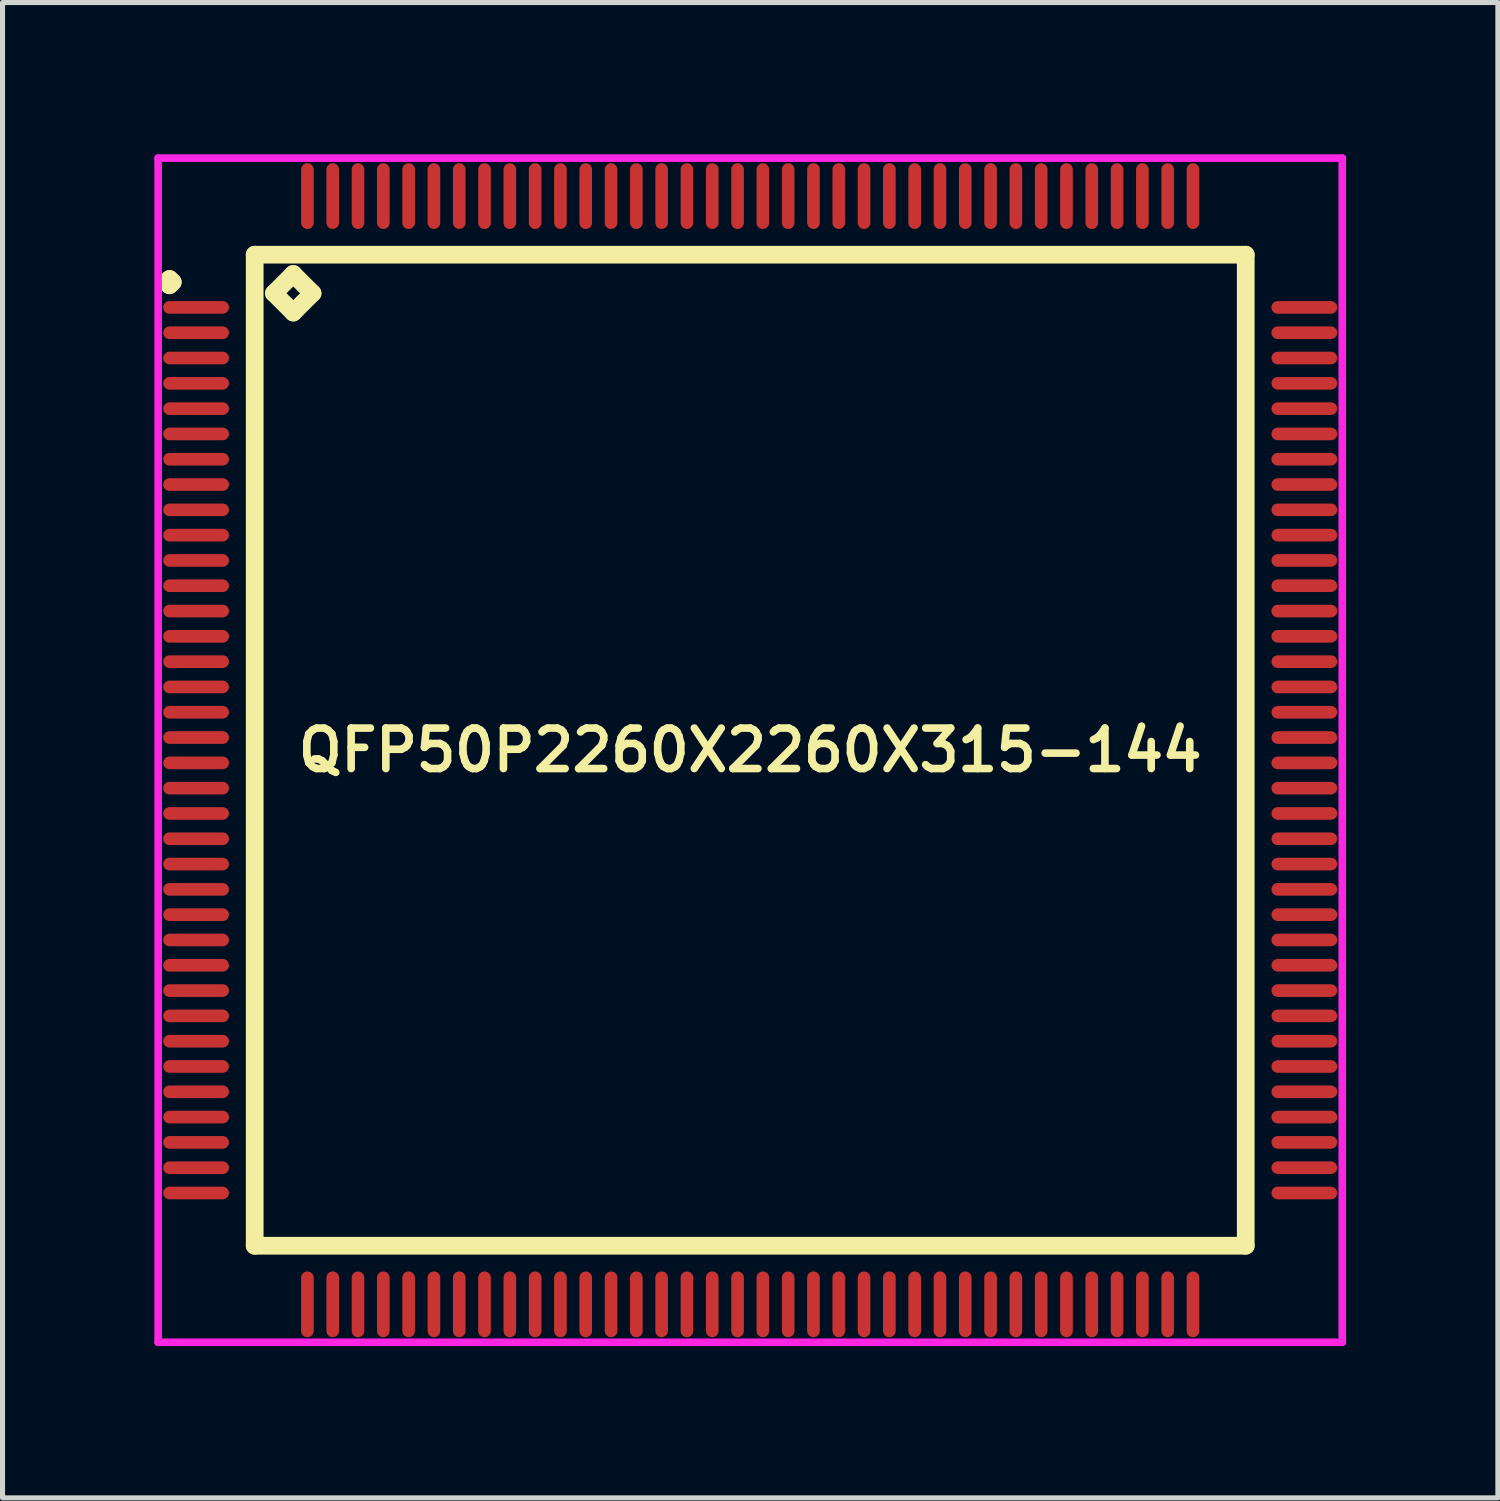
<source format=kicad_pcb>
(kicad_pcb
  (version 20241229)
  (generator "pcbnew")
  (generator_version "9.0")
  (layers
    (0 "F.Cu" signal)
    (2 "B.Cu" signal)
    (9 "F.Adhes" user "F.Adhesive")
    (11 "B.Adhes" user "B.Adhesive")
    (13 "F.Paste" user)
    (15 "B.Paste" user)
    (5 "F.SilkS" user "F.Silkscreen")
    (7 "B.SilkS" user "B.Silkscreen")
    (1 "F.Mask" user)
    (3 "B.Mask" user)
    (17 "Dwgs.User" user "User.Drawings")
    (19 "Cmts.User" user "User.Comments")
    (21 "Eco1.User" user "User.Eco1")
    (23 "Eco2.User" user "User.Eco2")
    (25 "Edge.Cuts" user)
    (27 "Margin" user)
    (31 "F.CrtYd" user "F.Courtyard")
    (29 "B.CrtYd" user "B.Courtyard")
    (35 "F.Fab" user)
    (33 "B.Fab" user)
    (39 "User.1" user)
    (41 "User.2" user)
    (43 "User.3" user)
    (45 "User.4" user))
  (footprint "QFP50P2260X2260X315-144"
    (layer "F.Cu")
    (at 11.775 11.775)
    (property "Reference" "QFP50P2260X2260X315-144" (at 0 0 0) (layer "F.SilkS") (effects (font (size 0.8 0.8) (thickness 0.15))))
    (attr smd)
    (fp_line (start -11.537 -9.25) (end -11.475 -9.312) (stroke (width 0.35) (type solid)) (layer "F.SilkS"))
    (fp_line (start -11.475 -9.312) (end -11.412 -9.25) (stroke (width 0.35) (type solid)) (layer "F.SilkS"))
    (fp_line (start -11.475 -9.188) (end -11.537 -9.25) (stroke (width 0.35) (type solid)) (layer "F.SilkS"))
    (fp_line (start -11.412 -9.25) (end -11.475 -9.188) (stroke (width 0.35) (type solid)) (layer "F.SilkS"))
    (fp_line (start -9.792 -9.792) (end -9.792 9.792) (stroke (width 0.35) (type solid)) (layer "F.SilkS"))
    (fp_line (start -9.792 9.792) (end 9.792 9.792) (stroke (width 0.35) (type solid)) (layer "F.SilkS"))
    (fp_line (start -9.411 -9.03) (end -9.03 -9.411) (stroke (width 0.35) (type solid)) (layer "F.SilkS"))
    (fp_line (start -9.03 -9.411) (end -8.649 -9.03) (stroke (width 0.35) (type solid)) (layer "F.SilkS"))
    (fp_line (start -9.03 -8.649) (end -9.411 -9.03) (stroke (width 0.35) (type solid)) (layer "F.SilkS"))
    (fp_line (start -8.649 -9.03) (end -9.03 -8.649) (stroke (width 0.35) (type solid)) (layer "F.SilkS"))
    (fp_line (start 9.792 -9.792) (end -9.792 -9.792) (stroke (width 0.35) (type solid)) (layer "F.SilkS"))
    (fp_line (start 9.792 9.792) (end 9.792 -9.792) (stroke (width 0.35) (type solid)) (layer "F.SilkS"))
    (fp_line (start -11.7 -11.7) (end 11.7 -11.7) (stroke (width 0.15) (type solid)) (layer "F.CrtYd"))
    (fp_line (start -11.7 11.7) (end -11.7 -11.7) (stroke (width 0.15) (type solid)) (layer "F.CrtYd"))
    (fp_line (start 11.7 -11.7) (end 11.7 11.7) (stroke (width 0.15) (type solid)) (layer "F.CrtYd"))
    (fp_line (start 11.7 11.7) (end -11.7 11.7) (stroke (width 0.15) (type solid)) (layer "F.CrtYd"))
    (pad "1" smd oval (at -10.95 -8.75) (size 1.3 0.25) (layers "F.Cu" "F.Mask" "F.Paste"))
    (pad "2" smd oval (at -10.95 -8.25) (size 1.3 0.25) (layers "F.Cu" "F.Mask" "F.Paste"))
    (pad "3" smd oval (at -10.95 -7.75) (size 1.3 0.25) (layers "F.Cu" "F.Mask" "F.Paste"))
    (pad "4" smd oval (at -10.95 -7.25) (size 1.3 0.25) (layers "F.Cu" "F.Mask" "F.Paste"))
    (pad "5" smd oval (at -10.95 -6.75) (size 1.3 0.25) (layers "F.Cu" "F.Mask" "F.Paste"))
    (pad "6" smd oval (at -10.95 -6.25) (size 1.3 0.25) (layers "F.Cu" "F.Mask" "F.Paste"))
    (pad "7" smd oval (at -10.95 -5.75) (size 1.3 0.25) (layers "F.Cu" "F.Mask" "F.Paste"))
    (pad "8" smd oval (at -10.95 -5.25) (size 1.3 0.25) (layers "F.Cu" "F.Mask" "F.Paste"))
    (pad "9" smd oval (at -10.95 -4.75) (size 1.3 0.25) (layers "F.Cu" "F.Mask" "F.Paste"))
    (pad "10" smd oval (at -10.95 -4.25) (size 1.3 0.25) (layers "F.Cu" "F.Mask" "F.Paste"))
    (pad "11" smd oval (at -10.95 -3.75) (size 1.3 0.25) (layers "F.Cu" "F.Mask" "F.Paste"))
    (pad "12" smd oval (at -10.95 -3.25) (size 1.3 0.25) (layers "F.Cu" "F.Mask" "F.Paste"))
    (pad "13" smd oval (at -10.95 -2.75) (size 1.3 0.25) (layers "F.Cu" "F.Mask" "F.Paste"))
    (pad "14" smd oval (at -10.95 -2.25) (size 1.3 0.25) (layers "F.Cu" "F.Mask" "F.Paste"))
    (pad "15" smd oval (at -10.95 -1.75) (size 1.3 0.25) (layers "F.Cu" "F.Mask" "F.Paste"))
    (pad "16" smd oval (at -10.95 -1.25) (size 1.3 0.25) (layers "F.Cu" "F.Mask" "F.Paste"))
    (pad "17" smd oval (at -10.95 -0.75) (size 1.3 0.25) (layers "F.Cu" "F.Mask" "F.Paste"))
    (pad "18" smd oval (at -10.95 -0.25) (size 1.3 0.25) (layers "F.Cu" "F.Mask" "F.Paste"))
    (pad "19" smd oval (at -10.95 0.25) (size 1.3 0.25) (layers "F.Cu" "F.Mask" "F.Paste"))
    (pad "20" smd oval (at -10.95 0.75) (size 1.3 0.25) (layers "F.Cu" "F.Mask" "F.Paste"))
    (pad "21" smd oval (at -10.95 1.25) (size 1.3 0.25) (layers "F.Cu" "F.Mask" "F.Paste"))
    (pad "22" smd oval (at -10.95 1.75) (size 1.3 0.25) (layers "F.Cu" "F.Mask" "F.Paste"))
    (pad "23" smd oval (at -10.95 2.25) (size 1.3 0.25) (layers "F.Cu" "F.Mask" "F.Paste"))
    (pad "24" smd oval (at -10.95 2.75) (size 1.3 0.25) (layers "F.Cu" "F.Mask" "F.Paste"))
    (pad "25" smd oval (at -10.95 3.25) (size 1.3 0.25) (layers "F.Cu" "F.Mask" "F.Paste"))
    (pad "26" smd oval (at -10.95 3.75) (size 1.3 0.25) (layers "F.Cu" "F.Mask" "F.Paste"))
    (pad "27" smd oval (at -10.95 4.25) (size 1.3 0.25) (layers "F.Cu" "F.Mask" "F.Paste"))
    (pad "28" smd oval (at -10.95 4.75) (size 1.3 0.25) (layers "F.Cu" "F.Mask" "F.Paste"))
    (pad "29" smd oval (at -10.95 5.25) (size 1.3 0.25) (layers "F.Cu" "F.Mask" "F.Paste"))
    (pad "30" smd oval (at -10.95 5.75) (size 1.3 0.25) (layers "F.Cu" "F.Mask" "F.Paste"))
    (pad "31" smd oval (at -10.95 6.25) (size 1.3 0.25) (layers "F.Cu" "F.Mask" "F.Paste"))
    (pad "32" smd oval (at -10.95 6.75) (size 1.3 0.25) (layers "F.Cu" "F.Mask" "F.Paste"))
    (pad "33" smd oval (at -10.95 7.25) (size 1.3 0.25) (layers "F.Cu" "F.Mask" "F.Paste"))
    (pad "34" smd oval (at -10.95 7.75) (size 1.3 0.25) (layers "F.Cu" "F.Mask" "F.Paste"))
    (pad "35" smd oval (at -10.95 8.25) (size 1.3 0.25) (layers "F.Cu" "F.Mask" "F.Paste"))
    (pad "36" smd oval (at -10.95 8.75) (size 1.3 0.25) (layers "F.Cu" "F.Mask" "F.Paste"))
    (pad "37" smd oval (at -8.75 10.95) (size 0.25 1.3) (layers "F.Cu" "F.Mask" "F.Paste"))
    (pad "38" smd oval (at -8.25 10.95) (size 0.25 1.3) (layers "F.Cu" "F.Mask" "F.Paste"))
    (pad "39" smd oval (at -7.75 10.95) (size 0.25 1.3) (layers "F.Cu" "F.Mask" "F.Paste"))
    (pad "40" smd oval (at -7.25 10.95) (size 0.25 1.3) (layers "F.Cu" "F.Mask" "F.Paste"))
    (pad "41" smd oval (at -6.75 10.95) (size 0.25 1.3) (layers "F.Cu" "F.Mask" "F.Paste"))
    (pad "42" smd oval (at -6.25 10.95) (size 0.25 1.3) (layers "F.Cu" "F.Mask" "F.Paste"))
    (pad "43" smd oval (at -5.75 10.95) (size 0.25 1.3) (layers "F.Cu" "F.Mask" "F.Paste"))
    (pad "44" smd oval (at -5.25 10.95) (size 0.25 1.3) (layers "F.Cu" "F.Mask" "F.Paste"))
    (pad "45" smd oval (at -4.75 10.95) (size 0.25 1.3) (layers "F.Cu" "F.Mask" "F.Paste"))
    (pad "46" smd oval (at -4.25 10.95) (size 0.25 1.3) (layers "F.Cu" "F.Mask" "F.Paste"))
    (pad "47" smd oval (at -3.75 10.95) (size 0.25 1.3) (layers "F.Cu" "F.Mask" "F.Paste"))
    (pad "48" smd oval (at -3.25 10.95) (size 0.25 1.3) (layers "F.Cu" "F.Mask" "F.Paste"))
    (pad "49" smd oval (at -2.75 10.95) (size 0.25 1.3) (layers "F.Cu" "F.Mask" "F.Paste"))
    (pad "50" smd oval (at -2.25 10.95) (size 0.25 1.3) (layers "F.Cu" "F.Mask" "F.Paste"))
    (pad "51" smd oval (at -1.75 10.95) (size 0.25 1.3) (layers "F.Cu" "F.Mask" "F.Paste"))
    (pad "52" smd oval (at -1.25 10.95) (size 0.25 1.3) (layers "F.Cu" "F.Mask" "F.Paste"))
    (pad "53" smd oval (at -0.75 10.95) (size 0.25 1.3) (layers "F.Cu" "F.Mask" "F.Paste"))
    (pad "54" smd oval (at -0.25 10.95) (size 0.25 1.3) (layers "F.Cu" "F.Mask" "F.Paste"))
    (pad "55" smd oval (at 0.25 10.95) (size 0.25 1.3) (layers "F.Cu" "F.Mask" "F.Paste"))
    (pad "56" smd oval (at 0.75 10.95) (size 0.25 1.3) (layers "F.Cu" "F.Mask" "F.Paste"))
    (pad "57" smd oval (at 1.25 10.95) (size 0.25 1.3) (layers "F.Cu" "F.Mask" "F.Paste"))
    (pad "58" smd oval (at 1.75 10.95) (size 0.25 1.3) (layers "F.Cu" "F.Mask" "F.Paste"))
    (pad "59" smd oval (at 2.25 10.95) (size 0.25 1.3) (layers "F.Cu" "F.Mask" "F.Paste"))
    (pad "60" smd oval (at 2.75 10.95) (size 0.25 1.3) (layers "F.Cu" "F.Mask" "F.Paste"))
    (pad "61" smd oval (at 3.25 10.95) (size 0.25 1.3) (layers "F.Cu" "F.Mask" "F.Paste"))
    (pad "62" smd oval (at 3.75 10.95) (size 0.25 1.3) (layers "F.Cu" "F.Mask" "F.Paste"))
    (pad "63" smd oval (at 4.25 10.95) (size 0.25 1.3) (layers "F.Cu" "F.Mask" "F.Paste"))
    (pad "64" smd oval (at 4.75 10.95) (size 0.25 1.3) (layers "F.Cu" "F.Mask" "F.Paste"))
    (pad "65" smd oval (at 5.25 10.95) (size 0.25 1.3) (layers "F.Cu" "F.Mask" "F.Paste"))
    (pad "66" smd oval (at 5.75 10.95) (size 0.25 1.3) (layers "F.Cu" "F.Mask" "F.Paste"))
    (pad "67" smd oval (at 6.25 10.95) (size 0.25 1.3) (layers "F.Cu" "F.Mask" "F.Paste"))
    (pad "68" smd oval (at 6.75 10.95) (size 0.25 1.3) (layers "F.Cu" "F.Mask" "F.Paste"))
    (pad "69" smd oval (at 7.25 10.95) (size 0.25 1.3) (layers "F.Cu" "F.Mask" "F.Paste"))
    (pad "70" smd oval (at 7.75 10.95) (size 0.25 1.3) (layers "F.Cu" "F.Mask" "F.Paste"))
    (pad "71" smd oval (at 8.25 10.95) (size 0.25 1.3) (layers "F.Cu" "F.Mask" "F.Paste"))
    (pad "72" smd oval (at 8.75 10.95) (size 0.25 1.3) (layers "F.Cu" "F.Mask" "F.Paste"))
    (pad "73" smd oval (at 10.95 8.75) (size 1.3 0.25) (layers "F.Cu" "F.Mask" "F.Paste"))
    (pad "74" smd oval (at 10.95 8.25) (size 1.3 0.25) (layers "F.Cu" "F.Mask" "F.Paste"))
    (pad "75" smd oval (at 10.95 7.75) (size 1.3 0.25) (layers "F.Cu" "F.Mask" "F.Paste"))
    (pad "76" smd oval (at 10.95 7.25) (size 1.3 0.25) (layers "F.Cu" "F.Mask" "F.Paste"))
    (pad "77" smd oval (at 10.95 6.75) (size 1.3 0.25) (layers "F.Cu" "F.Mask" "F.Paste"))
    (pad "78" smd oval (at 10.95 6.25) (size 1.3 0.25) (layers "F.Cu" "F.Mask" "F.Paste"))
    (pad "79" smd oval (at 10.95 5.75) (size 1.3 0.25) (layers "F.Cu" "F.Mask" "F.Paste"))
    (pad "80" smd oval (at 10.95 5.25) (size 1.3 0.25) (layers "F.Cu" "F.Mask" "F.Paste"))
    (pad "81" smd oval (at 10.95 4.75) (size 1.3 0.25) (layers "F.Cu" "F.Mask" "F.Paste"))
    (pad "82" smd oval (at 10.95 4.25) (size 1.3 0.25) (layers "F.Cu" "F.Mask" "F.Paste"))
    (pad "83" smd oval (at 10.95 3.75) (size 1.3 0.25) (layers "F.Cu" "F.Mask" "F.Paste"))
    (pad "84" smd oval (at 10.95 3.25) (size 1.3 0.25) (layers "F.Cu" "F.Mask" "F.Paste"))
    (pad "85" smd oval (at 10.95 2.75) (size 1.3 0.25) (layers "F.Cu" "F.Mask" "F.Paste"))
    (pad "86" smd oval (at 10.95 2.25) (size 1.3 0.25) (layers "F.Cu" "F.Mask" "F.Paste"))
    (pad "87" smd oval (at 10.95 1.75) (size 1.3 0.25) (layers "F.Cu" "F.Mask" "F.Paste"))
    (pad "88" smd oval (at 10.95 1.25) (size 1.3 0.25) (layers "F.Cu" "F.Mask" "F.Paste"))
    (pad "89" smd oval (at 10.95 0.75) (size 1.3 0.25) (layers "F.Cu" "F.Mask" "F.Paste"))
    (pad "90" smd oval (at 10.95 0.25) (size 1.3 0.25) (layers "F.Cu" "F.Mask" "F.Paste"))
    (pad "91" smd oval (at 10.95 -0.25) (size 1.3 0.25) (layers "F.Cu" "F.Mask" "F.Paste"))
    (pad "92" smd oval (at 10.95 -0.75) (size 1.3 0.25) (layers "F.Cu" "F.Mask" "F.Paste"))
    (pad "93" smd oval (at 10.95 -1.25) (size 1.3 0.25) (layers "F.Cu" "F.Mask" "F.Paste"))
    (pad "94" smd oval (at 10.95 -1.75) (size 1.3 0.25) (layers "F.Cu" "F.Mask" "F.Paste"))
    (pad "95" smd oval (at 10.95 -2.25) (size 1.3 0.25) (layers "F.Cu" "F.Mask" "F.Paste"))
    (pad "96" smd oval (at 10.95 -2.75) (size 1.3 0.25) (layers "F.Cu" "F.Mask" "F.Paste"))
    (pad "97" smd oval (at 10.95 -3.25) (size 1.3 0.25) (layers "F.Cu" "F.Mask" "F.Paste"))
    (pad "98" smd oval (at 10.95 -3.75) (size 1.3 0.25) (layers "F.Cu" "F.Mask" "F.Paste"))
    (pad "99" smd oval (at 10.95 -4.25) (size 1.3 0.25) (layers "F.Cu" "F.Mask" "F.Paste"))
    (pad "100" smd oval (at 10.95 -4.75) (size 1.3 0.25) (layers "F.Cu" "F.Mask" "F.Paste"))
    (pad "101" smd oval (at 10.95 -5.25) (size 1.3 0.25) (layers "F.Cu" "F.Mask" "F.Paste"))
    (pad "102" smd oval (at 10.95 -5.75) (size 1.3 0.25) (layers "F.Cu" "F.Mask" "F.Paste"))
    (pad "103" smd oval (at 10.95 -6.25) (size 1.3 0.25) (layers "F.Cu" "F.Mask" "F.Paste"))
    (pad "104" smd oval (at 10.95 -6.75) (size 1.3 0.25) (layers "F.Cu" "F.Mask" "F.Paste"))
    (pad "105" smd oval (at 10.95 -7.25) (size 1.3 0.25) (layers "F.Cu" "F.Mask" "F.Paste"))
    (pad "106" smd oval (at 10.95 -7.75) (size 1.3 0.25) (layers "F.Cu" "F.Mask" "F.Paste"))
    (pad "107" smd oval (at 10.95 -8.25) (size 1.3 0.25) (layers "F.Cu" "F.Mask" "F.Paste"))
    (pad "108" smd oval (at 10.95 -8.75) (size 1.3 0.25) (layers "F.Cu" "F.Mask" "F.Paste"))
    (pad "109" smd oval (at 8.75 -10.95) (size 0.25 1.3) (layers "F.Cu" "F.Mask" "F.Paste"))
    (pad "110" smd oval (at 8.25 -10.95) (size 0.25 1.3) (layers "F.Cu" "F.Mask" "F.Paste"))
    (pad "111" smd oval (at 7.75 -10.95) (size 0.25 1.3) (layers "F.Cu" "F.Mask" "F.Paste"))
    (pad "112" smd oval (at 7.25 -10.95) (size 0.25 1.3) (layers "F.Cu" "F.Mask" "F.Paste"))
    (pad "113" smd oval (at 6.75 -10.95) (size 0.25 1.3) (layers "F.Cu" "F.Mask" "F.Paste"))
    (pad "114" smd oval (at 6.25 -10.95) (size 0.25 1.3) (layers "F.Cu" "F.Mask" "F.Paste"))
    (pad "115" smd oval (at 5.75 -10.95) (size 0.25 1.3) (layers "F.Cu" "F.Mask" "F.Paste"))
    (pad "116" smd oval (at 5.25 -10.95) (size 0.25 1.3) (layers "F.Cu" "F.Mask" "F.Paste"))
    (pad "117" smd oval (at 4.75 -10.95) (size 0.25 1.3) (layers "F.Cu" "F.Mask" "F.Paste"))
    (pad "118" smd oval (at 4.25 -10.95) (size 0.25 1.3) (layers "F.Cu" "F.Mask" "F.Paste"))
    (pad "119" smd oval (at 3.75 -10.95) (size 0.25 1.3) (layers "F.Cu" "F.Mask" "F.Paste"))
    (pad "120" smd oval (at 3.25 -10.95) (size 0.25 1.3) (layers "F.Cu" "F.Mask" "F.Paste"))
    (pad "121" smd oval (at 2.75 -10.95) (size 0.25 1.3) (layers "F.Cu" "F.Mask" "F.Paste"))
    (pad "122" smd oval (at 2.25 -10.95) (size 0.25 1.3) (layers "F.Cu" "F.Mask" "F.Paste"))
    (pad "123" smd oval (at 1.75 -10.95) (size 0.25 1.3) (layers "F.Cu" "F.Mask" "F.Paste"))
    (pad "124" smd oval (at 1.25 -10.95) (size 0.25 1.3) (layers "F.Cu" "F.Mask" "F.Paste"))
    (pad "125" smd oval (at 0.75 -10.95) (size 0.25 1.3) (layers "F.Cu" "F.Mask" "F.Paste"))
    (pad "126" smd oval (at 0.25 -10.95) (size 0.25 1.3) (layers "F.Cu" "F.Mask" "F.Paste"))
    (pad "127" smd oval (at -0.25 -10.95) (size 0.25 1.3) (layers "F.Cu" "F.Mask" "F.Paste"))
    (pad "128" smd oval (at -0.75 -10.95) (size 0.25 1.3) (layers "F.Cu" "F.Mask" "F.Paste"))
    (pad "129" smd oval (at -1.25 -10.95) (size 0.25 1.3) (layers "F.Cu" "F.Mask" "F.Paste"))
    (pad "130" smd oval (at -1.75 -10.95) (size 0.25 1.3) (layers "F.Cu" "F.Mask" "F.Paste"))
    (pad "131" smd oval (at -2.25 -10.95) (size 0.25 1.3) (layers "F.Cu" "F.Mask" "F.Paste"))
    (pad "132" smd oval (at -2.75 -10.95) (size 0.25 1.3) (layers "F.Cu" "F.Mask" "F.Paste"))
    (pad "133" smd oval (at -3.25 -10.95) (size 0.25 1.3) (layers "F.Cu" "F.Mask" "F.Paste"))
    (pad "134" smd oval (at -3.75 -10.95) (size 0.25 1.3) (layers "F.Cu" "F.Mask" "F.Paste"))
    (pad "135" smd oval (at -4.25 -10.95) (size 0.25 1.3) (layers "F.Cu" "F.Mask" "F.Paste"))
    (pad "136" smd oval (at -4.75 -10.95) (size 0.25 1.3) (layers "F.Cu" "F.Mask" "F.Paste"))
    (pad "137" smd oval (at -5.25 -10.95) (size 0.25 1.3) (layers "F.Cu" "F.Mask" "F.Paste"))
    (pad "138" smd oval (at -5.75 -10.95) (size 0.25 1.3) (layers "F.Cu" "F.Mask" "F.Paste"))
    (pad "139" smd oval (at -6.25 -10.95) (size 0.25 1.3) (layers "F.Cu" "F.Mask" "F.Paste"))
    (pad "140" smd oval (at -6.75 -10.95) (size 0.25 1.3) (layers "F.Cu" "F.Mask" "F.Paste"))
    (pad "141" smd oval (at -7.25 -10.95) (size 0.25 1.3) (layers "F.Cu" "F.Mask" "F.Paste"))
    (pad "142" smd oval (at -7.75 -10.95) (size 0.25 1.3) (layers "F.Cu" "F.Mask" "F.Paste"))
    (pad "143" smd oval (at -8.25 -10.95) (size 0.25 1.3) (layers "F.Cu" "F.Mask" "F.Paste"))
    (pad "144" smd oval (at -8.75 -10.95) (size 0.25 1.3) (layers "F.Cu" "F.Mask" "F.Paste")))
  (gr_rect
    (start -3 -3)
    (end 26.55 26.55)
    (stroke (width 0.1) (type default))
    (fill no)
    (layer "Edge.Cuts")))
</source>
